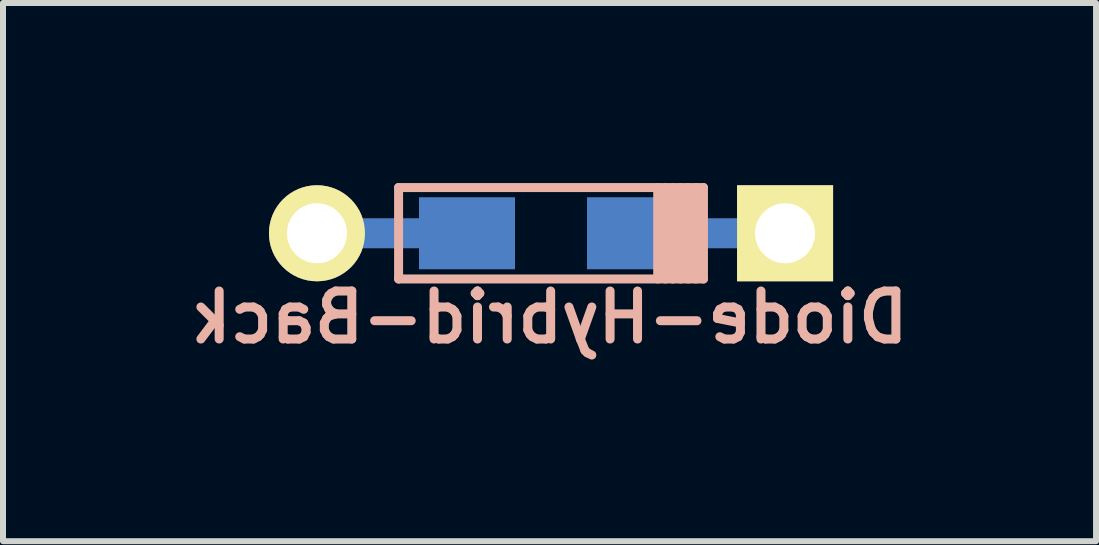
<source format=kicad_pcb>
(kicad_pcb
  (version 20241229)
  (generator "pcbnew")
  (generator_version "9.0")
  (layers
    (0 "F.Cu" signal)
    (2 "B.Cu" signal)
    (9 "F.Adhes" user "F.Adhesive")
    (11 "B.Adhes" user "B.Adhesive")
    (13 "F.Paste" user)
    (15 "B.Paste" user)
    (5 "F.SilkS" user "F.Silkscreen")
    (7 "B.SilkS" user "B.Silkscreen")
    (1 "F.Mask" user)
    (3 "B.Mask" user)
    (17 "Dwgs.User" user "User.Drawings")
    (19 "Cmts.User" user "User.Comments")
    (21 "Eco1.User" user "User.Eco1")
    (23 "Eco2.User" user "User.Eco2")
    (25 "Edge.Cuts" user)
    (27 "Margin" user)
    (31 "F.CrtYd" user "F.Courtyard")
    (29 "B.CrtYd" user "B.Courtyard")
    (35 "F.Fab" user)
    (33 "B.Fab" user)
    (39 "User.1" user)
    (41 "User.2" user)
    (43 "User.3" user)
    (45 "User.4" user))
  (footprint "Diode-Hybrid-Back"
    (layer "F.Cu")
    (at 6.132 0.837)
    (property "Reference" "Diode-Hybrid-Back" (at -0.025 1.4 0) (layer "B.SilkS") (effects (font (size 0.8 0.8) (thickness 0.15)) (justify mirror)))
    (attr smd)
    (fp_line (start -2.54 -0.762) (end -2.54 0.762) (stroke (width 0.15) (type solid)) (layer "B.SilkS"))
    (fp_line (start -2.54 0.762) (end 2.54 0.762) (stroke (width 0.15) (type solid)) (layer "B.SilkS"))
    (fp_line (start 1.778 0.762) (end 1.778 -0.762) (stroke (width 0.15) (type solid)) (layer "B.SilkS"))
    (fp_line (start 1.905 0.762) (end 1.905 -0.762) (stroke (width 0.15) (type solid)) (layer "B.SilkS"))
    (fp_line (start 2.032 -0.762) (end 2.032 0.762) (stroke (width 0.15) (type solid)) (layer "B.SilkS"))
    (fp_line (start 2.159 0.762) (end 2.159 -0.762) (stroke (width 0.15) (type solid)) (layer "B.SilkS"))
    (fp_line (start 2.286 -0.762) (end 2.286 0.762) (stroke (width 0.15) (type solid)) (layer "B.SilkS"))
    (fp_line (start 2.413 0.762) (end 2.413 -0.762) (stroke (width 0.15) (type solid)) (layer "B.SilkS"))
    (fp_line (start 2.54 -0.762) (end -2.54 -0.762) (stroke (width 0.15) (type solid)) (layer "B.SilkS"))
    (fp_line (start 2.54 0.762) (end 2.54 -0.762) (stroke (width 0.15) (type solid)) (layer "B.SilkS"))
    (pad "1" smd rect (at 1.4 0) (size 1.6 1.2) (layers "B.Cu" "B.Mask" "B.Paste"))
    (pad "1" smd rect (at 2.5 0) (size 2.9 0.5) (layers "B.Cu"))
    (pad "1" thru_hole rect (at 3.9 0) (size 1.6 1.6) (drill 1) (layers "*.Cu" "*.Mask" "F.SilkS"))
    (pad "2" thru_hole circle (at -3.9 0) (size 1.6 1.6) (drill 1) (layers "*.Cu" "*.Mask" "F.SilkS"))
    (pad "2" smd rect (at -2.5 0) (size 2.9 0.5) (layers "B.Cu"))
    (pad "2" smd rect (at -1.4 0) (size 1.6 1.2) (layers "B.Cu" "B.Mask" "B.Paste")))
  (gr_rect
    (start -3 -3)
    (end 15.214 5.968)
    (stroke (width 0.1) (type default))
    (fill no)
    (layer "Edge.Cuts")))
</source>
